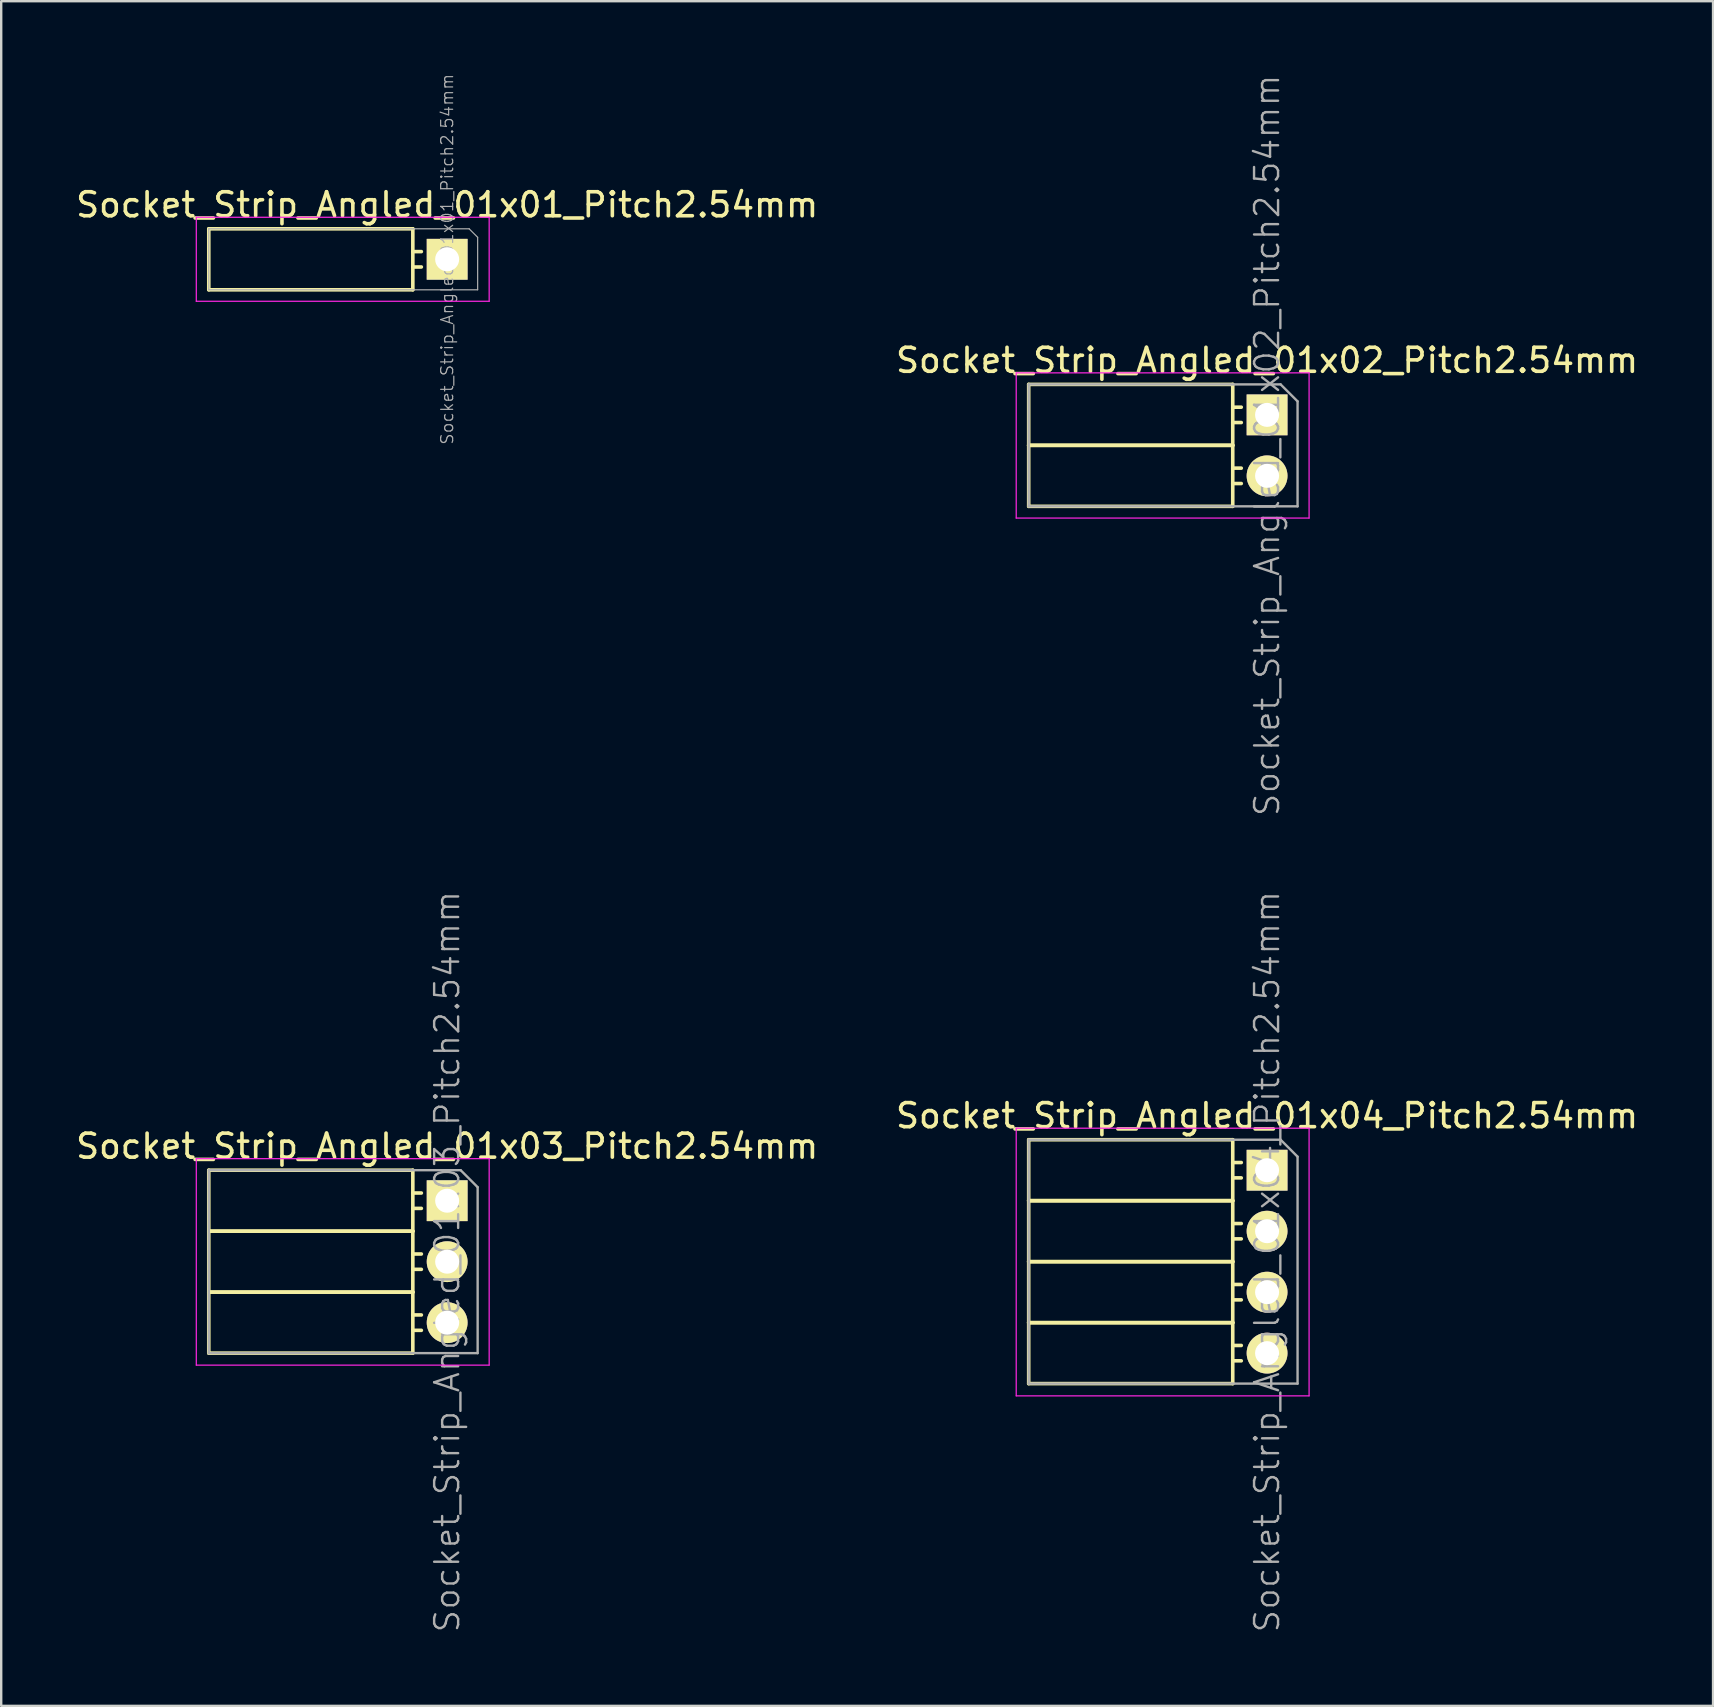
<source format=kicad_pcb>
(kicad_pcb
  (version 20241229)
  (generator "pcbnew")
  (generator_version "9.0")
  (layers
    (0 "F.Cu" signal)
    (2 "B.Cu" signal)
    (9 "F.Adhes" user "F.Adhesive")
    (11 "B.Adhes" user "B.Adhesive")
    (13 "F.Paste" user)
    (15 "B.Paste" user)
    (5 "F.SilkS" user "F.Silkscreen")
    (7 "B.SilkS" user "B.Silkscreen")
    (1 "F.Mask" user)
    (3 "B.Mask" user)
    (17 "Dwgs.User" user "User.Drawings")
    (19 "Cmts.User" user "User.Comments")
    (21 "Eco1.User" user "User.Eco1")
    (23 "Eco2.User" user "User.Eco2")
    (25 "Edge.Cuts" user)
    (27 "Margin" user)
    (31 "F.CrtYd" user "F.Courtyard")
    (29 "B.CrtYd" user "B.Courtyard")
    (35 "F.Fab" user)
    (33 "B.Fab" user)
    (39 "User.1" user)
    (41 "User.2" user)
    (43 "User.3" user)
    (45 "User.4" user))
  (footprint "Socket_Strip_Angled_01x02_Pitch2.54mm"
    (layer "F.Cu")
    (at 49.732 14.232)
    (property "Reference" "Socket_Strip_Angled_01x02_Pitch2.54mm" (at 0 -2.27 0) (layer "F.SilkS") (effects (font (size 1 1) (thickness 0.15))))
    (attr smd)
    (fp_line (start -9.93 -1.27) (end -9.93 1.27) (stroke (width 0.15) (type solid)) (layer "F.SilkS"))
    (fp_line (start -9.93 -1.27) (end -1.43 -1.27) (stroke (width 0.15) (type solid)) (layer "F.SilkS"))
    (fp_line (start -9.93 1.27) (end -9.93 3.81) (stroke (width 0.15) (type solid)) (layer "F.SilkS"))
    (fp_line (start -9.93 1.27) (end -1.43 1.27) (stroke (width 0.15) (type solid)) (layer "F.SilkS"))
    (fp_line (start -9.93 1.27) (end -1.43 1.27) (stroke (width 0.15) (type solid)) (layer "F.SilkS"))
    (fp_line (start -9.93 3.81) (end -1.43 3.81) (stroke (width 0.15) (type solid)) (layer "F.SilkS"))
    (fp_line (start -1.43 -1.27) (end -1.43 1.27) (stroke (width 0.15) (type solid)) (layer "F.SilkS"))
    (fp_line (start -1.43 -0.32) (end -1.075 -0.32) (stroke (width 0.15) (type solid)) (layer "F.SilkS"))
    (fp_line (start -1.43 0.32) (end -1.075 0.32) (stroke (width 0.15) (type solid)) (layer "F.SilkS"))
    (fp_line (start -1.43 1.27) (end -1.43 3.81) (stroke (width 0.15) (type solid)) (layer "F.SilkS"))
    (fp_line (start -1.43 2.22) (end -1.075 2.22) (stroke (width 0.15) (type solid)) (layer "F.SilkS"))
    (fp_line (start -1.43 2.86) (end -1.075 2.86) (stroke (width 0.15) (type solid)) (layer "F.SilkS"))
    (fp_line (start -10.45 -1.75) (end 1.75 -1.75) (stroke (width 0.05) (type solid)) (layer "F.CrtYd"))
    (fp_line (start -10.45 4.3) (end -10.45 -1.75) (stroke (width 0.05) (type solid)) (layer "F.CrtYd"))
    (fp_line (start -10.45 4.3) (end 1.75 4.3) (stroke (width 0.05) (type solid)) (layer "F.CrtYd"))
    (fp_line (start 1.75 4.3) (end 1.75 -1.75) (stroke (width 0.05) (type solid)) (layer "F.CrtYd"))
    (fp_line (start -9.93 -1.27) (end 0.563 -1.27) (stroke (width 0.1) (type solid)) (layer "F.Fab"))
    (fp_line (start -9.93 3.81) (end -9.93 -1.27) (stroke (width 0.1) (type solid)) (layer "F.Fab"))
    (fp_line (start -9.93 3.81) (end 1.27 3.81) (stroke (width 0.1) (type solid)) (layer "F.Fab"))
    (fp_line (start 1.27 -0.563) (end 0.563 -1.27) (stroke (width 0.1) (type solid)) (layer "F.Fab"))
    (fp_line (start 1.27 3.81) (end 1.27 -0.563) (stroke (width 0.1) (type solid)) (layer "F.Fab"))
    (fp_text user "${REFERENCE}" (at 0 1.27 90) (layer "F.Fab") (effects (font (size 1 1) (thickness 0.1))))
    (pad "1" thru_hole rect (at 0 0) (size 1.7 1.7) (drill 1) (layers "*.Cu" "*.Mask" "F.SilkS"))
    (pad "2" thru_hole oval (at 0 2.54) (size 1.7 1.7) (drill 1) (layers "*.Cu" "*.Mask" "F.SilkS")))
  (footprint "Socket_Strip_Angled_01x03_Pitch2.54mm"
    (layer "F.Cu")
    (at 15.577 46.967)
    (property "Reference" "Socket_Strip_Angled_01x03_Pitch2.54mm" (at 0 -2.27 0) (layer "F.SilkS") (effects (font (size 1 1) (thickness 0.15))))
    (attr smd)
    (fp_line (start -9.93 -1.27) (end -9.93 1.27) (stroke (width 0.15) (type solid)) (layer "F.SilkS"))
    (fp_line (start -9.93 -1.27) (end -1.43 -1.27) (stroke (width 0.15) (type solid)) (layer "F.SilkS"))
    (fp_line (start -9.93 1.27) (end -9.93 3.81) (stroke (width 0.15) (type solid)) (layer "F.SilkS"))
    (fp_line (start -9.93 1.27) (end -1.43 1.27) (stroke (width 0.15) (type solid)) (layer "F.SilkS"))
    (fp_line (start -9.93 1.27) (end -1.43 1.27) (stroke (width 0.15) (type solid)) (layer "F.SilkS"))
    (fp_line (start -9.93 3.81) (end -9.93 6.35) (stroke (width 0.15) (type solid)) (layer "F.SilkS"))
    (fp_line (start -9.93 3.81) (end -1.43 3.81) (stroke (width 0.15) (type solid)) (layer "F.SilkS"))
    (fp_line (start -9.93 3.81) (end -1.43 3.81) (stroke (width 0.15) (type solid)) (layer "F.SilkS"))
    (fp_line (start -9.93 6.35) (end -1.43 6.35) (stroke (width 0.15) (type solid)) (layer "F.SilkS"))
    (fp_line (start -1.43 -1.27) (end -1.43 1.27) (stroke (width 0.15) (type solid)) (layer "F.SilkS"))
    (fp_line (start -1.43 -0.32) (end -1.075 -0.32) (stroke (width 0.15) (type solid)) (layer "F.SilkS"))
    (fp_line (start -1.43 0.32) (end -1.075 0.32) (stroke (width 0.15) (type solid)) (layer "F.SilkS"))
    (fp_line (start -1.43 1.27) (end -1.43 3.81) (stroke (width 0.15) (type solid)) (layer "F.SilkS"))
    (fp_line (start -1.43 2.22) (end -1.075 2.22) (stroke (width 0.15) (type solid)) (layer "F.SilkS"))
    (fp_line (start -1.43 2.86) (end -1.075 2.86) (stroke (width 0.15) (type solid)) (layer "F.SilkS"))
    (fp_line (start -1.43 3.81) (end -1.43 6.35) (stroke (width 0.15) (type solid)) (layer "F.SilkS"))
    (fp_line (start -1.43 4.76) (end -1.075 4.76) (stroke (width 0.15) (type solid)) (layer "F.SilkS"))
    (fp_line (start -1.43 5.4) (end -1.075 5.4) (stroke (width 0.15) (type solid)) (layer "F.SilkS"))
    (fp_line (start -10.45 -1.75) (end 1.75 -1.75) (stroke (width 0.05) (type solid)) (layer "F.CrtYd"))
    (fp_line (start -10.45 6.85) (end -10.45 -1.75) (stroke (width 0.05) (type solid)) (layer "F.CrtYd"))
    (fp_line (start -10.45 6.85) (end 1.75 6.85) (stroke (width 0.05) (type solid)) (layer "F.CrtYd"))
    (fp_line (start 1.75 6.85) (end 1.75 -1.75) (stroke (width 0.05) (type solid)) (layer "F.CrtYd"))
    (fp_line (start -9.93 -1.27) (end 0.563 -1.27) (stroke (width 0.1) (type solid)) (layer "F.Fab"))
    (fp_line (start -9.93 6.35) (end -9.93 -1.27) (stroke (width 0.1) (type solid)) (layer "F.Fab"))
    (fp_line (start -9.93 6.35) (end 1.27 6.35) (stroke (width 0.1) (type solid)) (layer "F.Fab"))
    (fp_line (start 1.27 -0.563) (end 0.563 -1.27) (stroke (width 0.1) (type solid)) (layer "F.Fab"))
    (fp_line (start 1.27 6.35) (end 1.27 -0.563) (stroke (width 0.1) (type solid)) (layer "F.Fab"))
    (fp_text user "${REFERENCE}" (at 0 2.54 90) (layer "F.Fab") (effects (font (size 1 1) (thickness 0.1))))
    (pad "1" thru_hole rect (at 0 0) (size 1.7 1.7) (drill 1) (layers "*.Cu" "*.Mask" "F.SilkS"))
    (pad "2" thru_hole oval (at 0 2.54) (size 1.7 1.7) (drill 1) (layers "*.Cu" "*.Mask" "F.SilkS"))
    (pad "3" thru_hole oval (at 0 5.08) (size 1.7 1.7) (drill 1) (layers "*.Cu" "*.Mask" "F.SilkS")))
  (footprint "Socket_Strip_Angled_01x04_Pitch2.54mm"
    (layer "F.Cu")
    (at 49.732 45.697)
    (property "Reference" "Socket_Strip_Angled_01x04_Pitch2.54mm" (at 0 -2.27 0) (layer "F.SilkS") (effects (font (size 1 1) (thickness 0.15))))
    (attr smd)
    (fp_line (start -9.93 -1.27) (end -9.93 1.27) (stroke (width 0.15) (type solid)) (layer "F.SilkS"))
    (fp_line (start -9.93 -1.27) (end -1.43 -1.27) (stroke (width 0.15) (type solid)) (layer "F.SilkS"))
    (fp_line (start -9.93 1.27) (end -9.93 3.81) (stroke (width 0.15) (type solid)) (layer "F.SilkS"))
    (fp_line (start -9.93 1.27) (end -1.43 1.27) (stroke (width 0.15) (type solid)) (layer "F.SilkS"))
    (fp_line (start -9.93 1.27) (end -1.43 1.27) (stroke (width 0.15) (type solid)) (layer "F.SilkS"))
    (fp_line (start -9.93 3.81) (end -9.93 6.35) (stroke (width 0.15) (type solid)) (layer "F.SilkS"))
    (fp_line (start -9.93 3.81) (end -1.43 3.81) (stroke (width 0.15) (type solid)) (layer "F.SilkS"))
    (fp_line (start -9.93 3.81) (end -1.43 3.81) (stroke (width 0.15) (type solid)) (layer "F.SilkS"))
    (fp_line (start -9.93 6.35) (end -9.93 8.89) (stroke (width 0.15) (type solid)) (layer "F.SilkS"))
    (fp_line (start -9.93 6.35) (end -1.43 6.35) (stroke (width 0.15) (type solid)) (layer "F.SilkS"))
    (fp_line (start -9.93 6.35) (end -1.43 6.35) (stroke (width 0.15) (type solid)) (layer "F.SilkS"))
    (fp_line (start -9.93 8.89) (end -1.43 8.89) (stroke (width 0.15) (type solid)) (layer "F.SilkS"))
    (fp_line (start -1.43 -1.27) (end -1.43 1.27) (stroke (width 0.15) (type solid)) (layer "F.SilkS"))
    (fp_line (start -1.43 -0.32) (end -1.075 -0.32) (stroke (width 0.15) (type solid)) (layer "F.SilkS"))
    (fp_line (start -1.43 0.32) (end -1.075 0.32) (stroke (width 0.15) (type solid)) (layer "F.SilkS"))
    (fp_line (start -1.43 1.27) (end -1.43 3.81) (stroke (width 0.15) (type solid)) (layer "F.SilkS"))
    (fp_line (start -1.43 2.22) (end -1.075 2.22) (stroke (width 0.15) (type solid)) (layer "F.SilkS"))
    (fp_line (start -1.43 2.86) (end -1.075 2.86) (stroke (width 0.15) (type solid)) (layer "F.SilkS"))
    (fp_line (start -1.43 3.81) (end -1.43 6.35) (stroke (width 0.15) (type solid)) (layer "F.SilkS"))
    (fp_line (start -1.43 4.76) (end -1.075 4.76) (stroke (width 0.15) (type solid)) (layer "F.SilkS"))
    (fp_line (start -1.43 5.4) (end -1.075 5.4) (stroke (width 0.15) (type solid)) (layer "F.SilkS"))
    (fp_line (start -1.43 6.35) (end -1.43 8.89) (stroke (width 0.15) (type solid)) (layer "F.SilkS"))
    (fp_line (start -1.43 7.3) (end -1.075 7.3) (stroke (width 0.15) (type solid)) (layer "F.SilkS"))
    (fp_line (start -1.43 7.94) (end -1.075 7.94) (stroke (width 0.15) (type solid)) (layer "F.SilkS"))
    (fp_line (start -10.45 -1.75) (end 1.75 -1.75) (stroke (width 0.05) (type solid)) (layer "F.CrtYd"))
    (fp_line (start -10.45 9.4) (end -10.45 -1.75) (stroke (width 0.05) (type solid)) (layer "F.CrtYd"))
    (fp_line (start -10.45 9.4) (end 1.75 9.4) (stroke (width 0.05) (type solid)) (layer "F.CrtYd"))
    (fp_line (start 1.75 9.4) (end 1.75 -1.75) (stroke (width 0.05) (type solid)) (layer "F.CrtYd"))
    (fp_line (start -9.93 -1.27) (end 0.563 -1.27) (stroke (width 0.1) (type solid)) (layer "F.Fab"))
    (fp_line (start -9.93 8.89) (end -9.93 -1.27) (stroke (width 0.1) (type solid)) (layer "F.Fab"))
    (fp_line (start -9.93 8.89) (end 1.27 8.89) (stroke (width 0.1) (type solid)) (layer "F.Fab"))
    (fp_line (start 1.27 -0.563) (end 0.563 -1.27) (stroke (width 0.1) (type solid)) (layer "F.Fab"))
    (fp_line (start 1.27 8.89) (end 1.27 -0.563) (stroke (width 0.1) (type solid)) (layer "F.Fab"))
    (fp_text user "${REFERENCE}" (at 0 3.81 90) (layer "F.Fab") (effects (font (size 1 1) (thickness 0.1))))
    (pad "1" thru_hole rect (at 0 0) (size 1.7 1.7) (drill 1) (layers "*.Cu" "*.Mask" "F.SilkS"))
    (pad "2" thru_hole oval (at 0 2.54) (size 1.7 1.7) (drill 1) (layers "*.Cu" "*.Mask" "F.SilkS"))
    (pad "3" thru_hole oval (at 0 5.08) (size 1.7 1.7) (drill 1) (layers "*.Cu" "*.Mask" "F.SilkS"))
    (pad "4" thru_hole oval (at 0 7.62) (size 1.7 1.7) (drill 1) (layers "*.Cu" "*.Mask" "F.SilkS")))
  (footprint "Socket_Strip_Angled_01x01_Pitch2.54mm"
    (layer "F.Cu")
    (at 15.577 7.751)
    (property "Reference" "Socket_Strip_Angled_01x01_Pitch2.54mm" (at 0 -2.27 0) (layer "F.SilkS") (effects (font (size 1 1) (thickness 0.15))))
    (attr smd)
    (fp_line (start -9.93 -1.27) (end -9.93 1.27) (stroke (width 0.15) (type solid)) (layer "F.SilkS"))
    (fp_line (start -9.93 -1.27) (end -1.43 -1.27) (stroke (width 0.15) (type solid)) (layer "F.SilkS"))
    (fp_line (start -9.93 1.27) (end -1.43 1.27) (stroke (width 0.15) (type solid)) (layer "F.SilkS"))
    (fp_line (start -1.43 -1.27) (end -1.43 1.27) (stroke (width 0.15) (type solid)) (layer "F.SilkS"))
    (fp_line (start -1.43 -0.32) (end -1.075 -0.32) (stroke (width 0.15) (type solid)) (layer "F.SilkS"))
    (fp_line (start -1.43 0.32) (end -1.075 0.32) (stroke (width 0.15) (type solid)) (layer "F.SilkS"))
    (fp_line (start -10.45 -1.75) (end 1.75 -1.75) (stroke (width 0.05) (type solid)) (layer "F.CrtYd"))
    (fp_line (start -10.45 1.75) (end -10.45 -1.75) (stroke (width 0.05) (type solid)) (layer "F.CrtYd"))
    (fp_line (start -10.45 1.75) (end 1.75 1.75) (stroke (width 0.05) (type solid)) (layer "F.CrtYd"))
    (fp_line (start 1.75 1.75) (end 1.75 -1.75) (stroke (width 0.05) (type solid)) (layer "F.CrtYd"))
    (fp_line (start -9.93 -1.27) (end 0.916 -1.27) (stroke (width 0.05) (type solid)) (layer "F.Fab"))
    (fp_line (start -9.93 1.27) (end -9.93 -1.27) (stroke (width 0.05) (type solid)) (layer "F.Fab"))
    (fp_line (start -9.93 1.27) (end 1.27 1.27) (stroke (width 0.05) (type solid)) (layer "F.Fab"))
    (fp_line (start 1.27 -0.916) (end 0.916 -1.27) (stroke (width 0.05) (type solid)) (layer "F.Fab"))
    (fp_line (start 1.27 1.27) (end 1.27 -0.916) (stroke (width 0.05) (type solid)) (layer "F.Fab"))
    (fp_text user "${REFERENCE}" (at 0 0 90) (layer "F.Fab") (effects (font (size 0.5 0.5) (thickness 0.05))))
    (pad "1" thru_hole rect (at 0 0) (size 1.7 1.7) (drill 1) (layers "*.Cu" "*.Mask" "F.SilkS")))
  (gr_rect
    (start -3 -3)
    (end 68.31 68.01)
    (stroke (width 0.1) (type default))
    (fill no)
    (layer "Edge.Cuts")))
</source>
